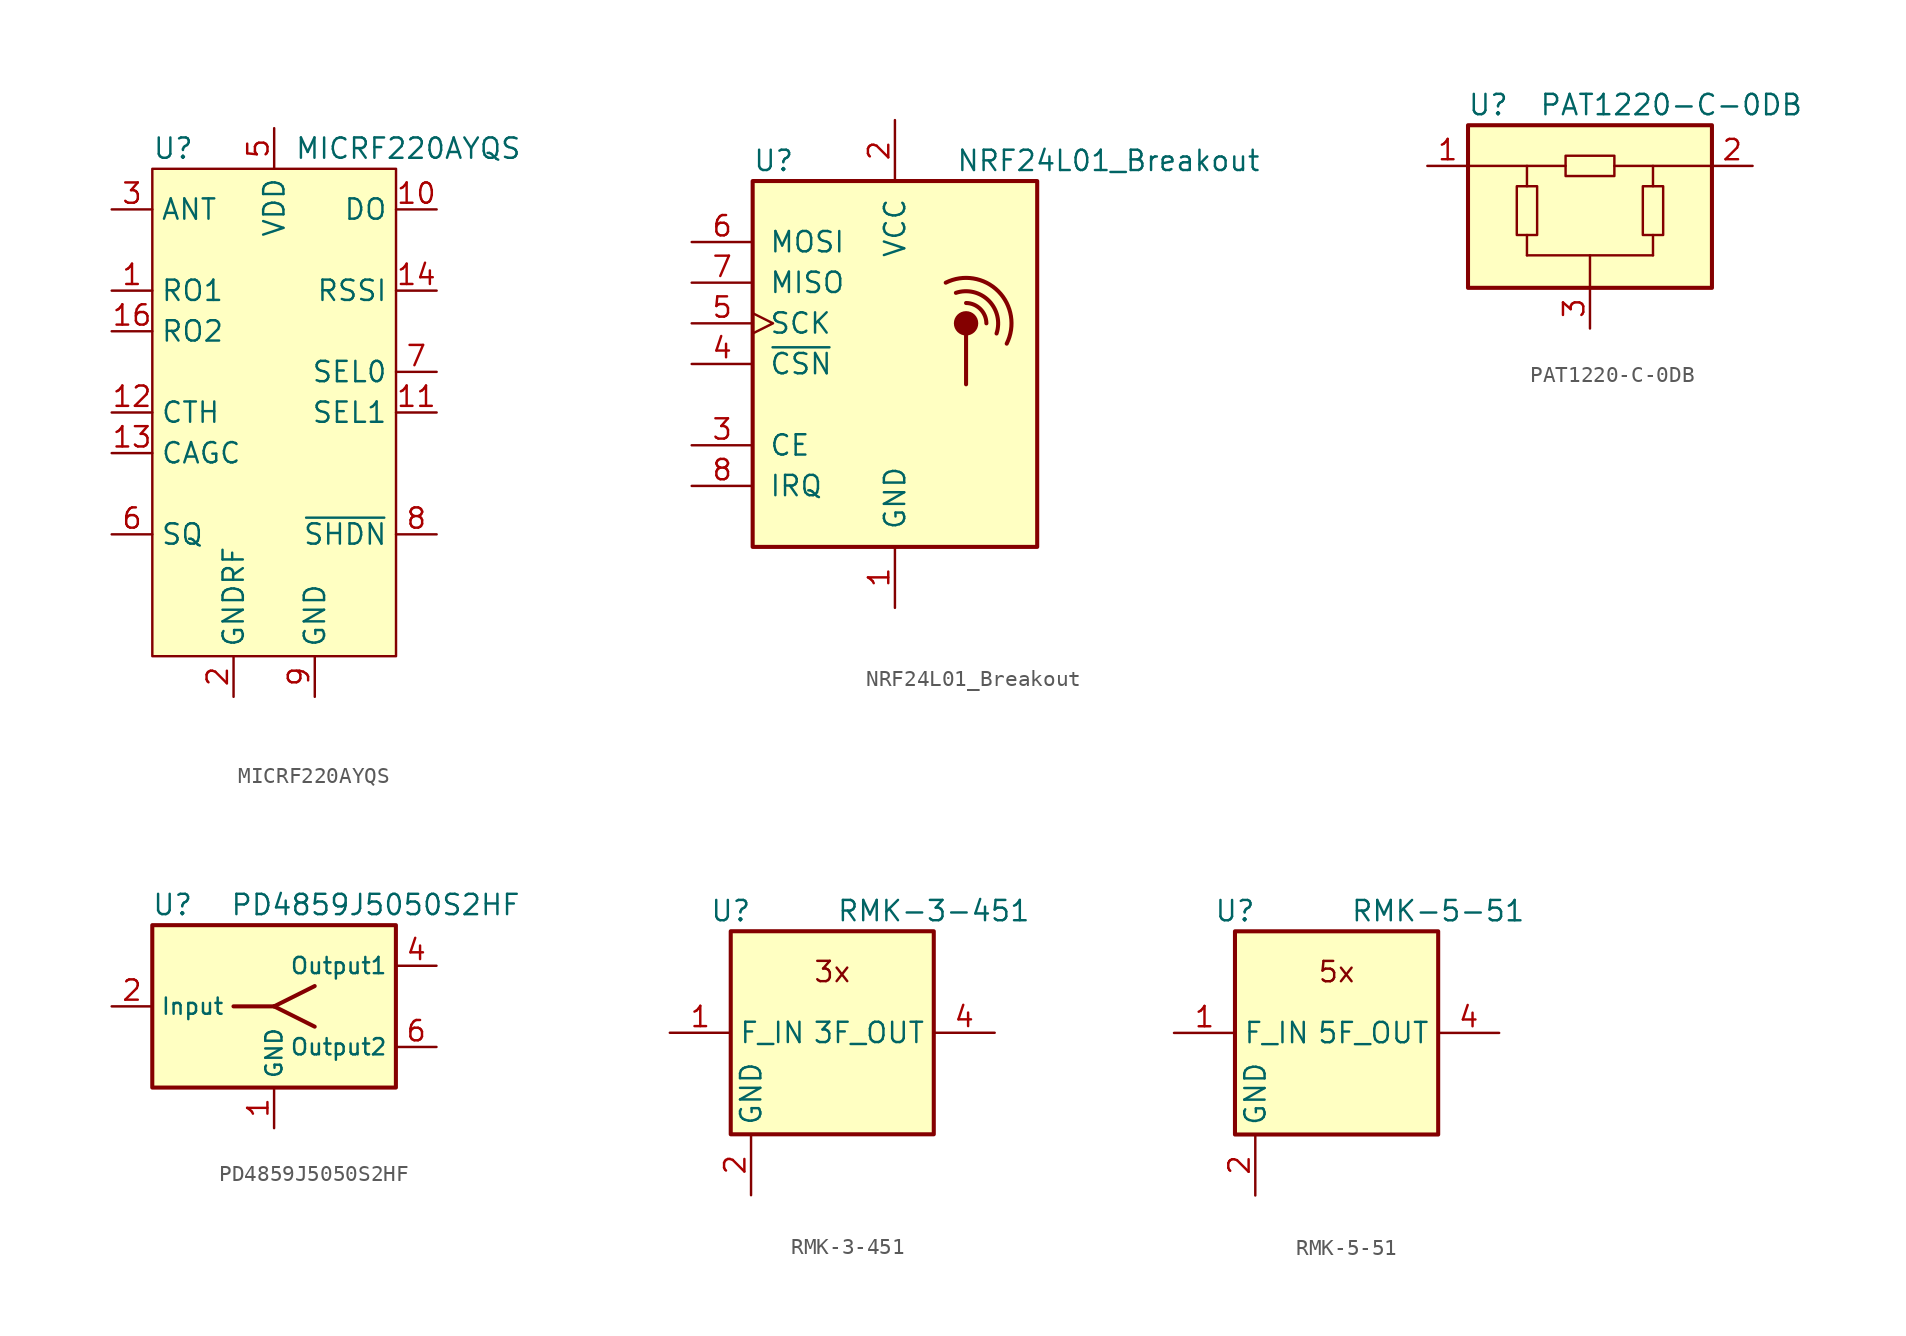
<source format=kicad_sym>
(kicad_symbol_lib
  (version 20201005)
  (generator kicad_symbol_editor)
  (symbol "RF:MICRF220AYQS"
    (property "Reference" "U"
      (at -7.62 16.51 0)
      (effects (font (size 1.27 1.27)) (justify left)))
    (property "Value" "MICRF220AYQS"
      (at 1.27 16.51 0)
      (effects (font (size 1.27 1.27)) (justify left)))
    (symbol "MICRF220AYQS_0_1"
      (polyline (pts (xy -7.62 15.24) (xy 7.62 15.24) (xy 7.62 -15.24) (xy -7.62 -15.24) (xy -7.62 15.24)) (stroke (width 0)) (fill (type background))))
    (symbol "MICRF220AYQS_1_1"
      (pin input line (at -10.16 7.62 0) (length 2.54) (name "RO1" (effects (font (size 1.27 1.27)))) (number "1" (effects (font (size 1.27 1.27)))))
      (pin output line (at 10.16 12.7 180) (length 2.54) (name "DO" (effects (font (size 1.27 1.27)))) (number "10" (effects (font (size 1.27 1.27)))))
      (pin input line (at 10.16 0 180) (length 2.54) (name "SEL1" (effects (font (size 1.27 1.27)))) (number "11" (effects (font (size 1.27 1.27)))))
      (pin input line (at -10.16 0 0) (length 2.54) (name "CTH" (effects (font (size 1.27 1.27)))) (number "12" (effects (font (size 1.27 1.27)))))
      (pin input line (at -10.16 -2.54 0) (length 2.54) (name "CAGC" (effects (font (size 1.27 1.27)))) (number "13" (effects (font (size 1.27 1.27)))))
      (pin output line (at 10.16 7.62 180) (length 2.54) (name "RSSI" (effects (font (size 1.27 1.27)))) (number "14" (effects (font (size 1.27 1.27)))))
      (pin no_connect line (at 7.62 -5.08 180) (length 2.54) hide (name "NC" (effects (font (size 1.27 1.27)))) (number "15" (effects (font (size 1.27 1.27)))))
      (pin output line (at -10.16 5.08 0) (length 2.54) (name "RO2" (effects (font (size 1.27 1.27)))) (number "16" (effects (font (size 1.27 1.27)))))
      (pin power_in line (at -2.54 -17.78 90) (length 2.54) (name "GNDRF" (effects (font (size 1.27 1.27)))) (number "2" (effects (font (size 1.27 1.27)))))
      (pin input line (at -10.16 12.7 0) (length 2.54) (name "ANT" (effects (font (size 1.27 1.27)))) (number "3" (effects (font (size 1.27 1.27)))))
      (pin passive line (at -2.54 -17.78 90) (length 2.54) hide (name "GNDRF" (effects (font (size 1.27 1.27)))) (number "4" (effects (font (size 1.27 1.27)))))
      (pin power_in line (at 0 17.78 270) (length 2.54) (name "VDD" (effects (font (size 1.27 1.27)))) (number "5" (effects (font (size 1.27 1.27)))))
      (pin input line (at -10.16 -7.62 0) (length 2.54) (name "SQ" (effects (font (size 1.27 1.27)))) (number "6" (effects (font (size 1.27 1.27)))))
      (pin input line (at 10.16 2.54 180) (length 2.54) (name "SEL0" (effects (font (size 1.27 1.27)))) (number "7" (effects (font (size 1.27 1.27)))))
      (pin input line (at 10.16 -7.62 180) (length 2.54) (name "~SHDN" (effects (font (size 1.27 1.27)))) (number "8" (effects (font (size 1.27 1.27)))))
      (pin power_in line (at 2.54 -17.78 90) (length 2.54) (name "GND" (effects (font (size 1.27 1.27)))) (number "9" (effects (font (size 1.27 1.27)))))))
  (symbol "RF:NRF24L01_Breakout"
    (pin_names
      (offset 1.016))
    (property "Reference" "U"
      (at -8.89 12.7 0)
      (effects (font (size 1.27 1.27)) (justify left)))
    (property "Value" "NRF24L01_Breakout"
      (at 3.81 12.7 0)
      (effects (font (size 1.27 1.27)) (justify left)))
    (symbol "NRF24L01_Breakout_0_1"
      (arc (start 3.175 5.08) (end 6.985 1.27) (radius (at 4.445 2.54) (length 2.8448) (angles 116.6 -26.6)) (stroke (width 0.254)) (fill (type none)))
      (arc (start 4.445 3.81) (end 5.715 2.54) (radius (at 4.445 2.5654) (length 1.2446) (angles 90 -1.1)) (stroke (width 0.254)) (fill (type none)))
      (arc (start 3.81 4.445) (end 6.35 1.905) (radius (at 4.445 2.5654) (length 1.9812) (angles 108.7 -19.1)) (stroke (width 0.254)) (fill (type none)))
      (circle (center 4.445 2.54) (radius 0.635) (stroke (width 0.254)) (fill (type outline)))
      (rectangle (start -8.89 11.43) (end 8.89 -11.43) (stroke (width 0.254)) (fill (type background)))
      (polyline (pts (xy 4.445 1.905) (xy 4.445 -1.27)) (stroke (width 0.254)) (fill (type none))))
    (symbol "NRF24L01_Breakout_1_1"
      (pin power_in line (at 0 -15.24 90) (length 3.81) (name "GND" (effects (font (size 1.27 1.27)))) (number "1" (effects (font (size 1.27 1.27)))))
      (pin power_in line (at 0 15.24 270) (length 3.81) (name "VCC" (effects (font (size 1.27 1.27)))) (number "2" (effects (font (size 1.27 1.27)))))
      (pin input line (at -12.7 -5.08 0) (length 3.81) (name "CE" (effects (font (size 1.27 1.27)))) (number "3" (effects (font (size 1.27 1.27)))))
      (pin input line (at -12.7 0 0) (length 3.81) (name "~CSN" (effects (font (size 1.27 1.27)))) (number "4" (effects (font (size 1.27 1.27)))))
      (pin input clock (at -12.7 2.54 0) (length 3.81) (name "SCK" (effects (font (size 1.27 1.27)))) (number "5" (effects (font (size 1.27 1.27)))))
      (pin input line (at -12.7 7.62 0) (length 3.81) (name "MOSI" (effects (font (size 1.27 1.27)))) (number "6" (effects (font (size 1.27 1.27)))))
      (pin output line (at -12.7 5.08 0) (length 3.81) (name "MISO" (effects (font (size 1.27 1.27)))) (number "7" (effects (font (size 1.27 1.27)))))
      (pin output line (at -12.7 -7.62 0) (length 3.81) (name "IRQ" (effects (font (size 1.27 1.27)))) (number "8" (effects (font (size 1.27 1.27)))))))
  (symbol "RF:PAT1220-C-0DB"
    (property "Reference" "U"
      (at -6.35 6.35 0)
      (effects (font (size 1.27 1.27))))
    (property "Value" "PAT1220-C-0DB"
      (at 5.08 6.35 0)
      (effects (font (size 1.27 1.27))))
    (symbol "PAT1220-C-0DB_0_1"
      (rectangle (start -7.62 5.08) (end 7.62 -5.08) (stroke (width 0.254)) (fill (type background)))
      (polyline (pts (xy -3.937 -3.048) (xy 3.937 -3.048)) (stroke (width 0)) (fill (type none)))
      (polyline (pts (xy -3.937 1.27) (xy -3.937 2.54)) (stroke (width 0)) (fill (type none)))
      (polyline (pts (xy -1.524 2.54) (xy -7.62 2.54)) (stroke (width 0)) (fill (type none)))
      (polyline (pts (xy 0 -5.08) (xy 0 -3.048)) (stroke (width 0)) (fill (type none)))
      (polyline (pts (xy 3.937 1.27) (xy 3.937 2.54)) (stroke (width 0)) (fill (type none)))
      (pin passive line (at 0 -7.62 90) (length 2.54) (name "~" (effects (font (size 1.27 1.27)))) (number "3" (effects (font (size 1.27 1.27))))))
    (symbol "PAT1220-C-0DB_1_1"
      (rectangle (start -4.572 -1.778) (end -3.302 1.27) (stroke (width 0)) (fill (type none)))
      (rectangle (start -1.524 3.175) (end 1.524 1.905) (stroke (width 0)) (fill (type none)))
      (rectangle (start 3.302 -1.778) (end 4.572 1.27) (stroke (width 0)) (fill (type none)))
      (polyline (pts (xy -3.937 -3.048) (xy -3.937 -1.778)) (stroke (width 0)) (fill (type none)))
      (polyline (pts (xy 3.937 -3.048) (xy 3.937 -1.778)) (stroke (width 0)) (fill (type none)))
      (polyline (pts (xy 7.62 2.54) (xy 1.524 2.54)) (stroke (width 0)) (fill (type none)))
      (pin passive line (at -10.16 2.54 0) (length 2.54) (name "~" (effects (font (size 1.27 1.27)))) (number "1" (effects (font (size 1.27 1.27)))))
      (pin passive line (at 10.16 2.54 180) (length 2.54) (name "~" (effects (font (size 1.27 1.27)))) (number "2" (effects (font (size 1.27 1.27)))))))
  (symbol "RF:PD4859J5050S2HF"
    (property "Reference" "U"
      (at -6.35 6.35 0)
      (effects (font (size 1.27 1.27))))
    (property "Value" "PD4859J5050S2HF"
      (at 6.35 6.35 0)
      (effects (font (size 1.27 1.27))))
    (symbol "PD4859J5050S2HF_0_1"
      (rectangle (start -7.62 5.08) (end 7.62 -5.08) (stroke (width 0.254)) (fill (type background)))
      (polyline (pts (xy -2.54 0) (xy 0 0)) (stroke (width 0.254)) (fill (type none)))
      (polyline (pts (xy 0 0) (xy 2.54 -1.27)) (stroke (width 0.254)) (fill (type none)))
      (polyline (pts (xy 0 0) (xy 2.54 1.27)) (stroke (width 0.254)) (fill (type none))))
    (symbol "PD4859J5050S2HF_1_1"
      (pin power_in line (at 0 -7.62 90) (length 2.54) (name "GND" (effects (font (size 1.016 1.016)))) (number "1" (effects (font (size 1.27 1.27)))))
      (pin input line (at -10.16 0 0) (length 2.54) (name "Input" (effects (font (size 1.016 1.016)))) (number "2" (effects (font (size 1.27 1.27)))))
      (pin passive line (at 0 -7.62 90) (length 2.54) hide (name "GND" (effects (font (size 1.016 1.016)))) (number "3" (effects (font (size 1.27 1.27)))))
      (pin output line (at 10.16 2.54 180) (length 2.54) (name "Output1" (effects (font (size 1.016 1.016)))) (number "4" (effects (font (size 1.27 1.27)))))
      (pin passive line (at 0 -7.62 90) (length 2.54) hide (name "GND" (effects (font (size 1.016 1.016)))) (number "5" (effects (font (size 1.27 1.27)))))
      (pin output line (at 10.16 -2.54 180) (length 2.54) (name "Output2" (effects (font (size 1.016 1.016)))) (number "6" (effects (font (size 1.27 1.27)))))))
  (symbol "RF:RMK-3-451"
    (property "Reference" "U"
      (at -6.35 7.62 0)
      (effects (font (size 1.27 1.27))))
    (property "Value" "RMK-3-451"
      (at 6.35 7.62 0)
      (effects (font (size 1.27 1.27))))
    (symbol "RMK-3-451_0_0"
      (text "3x" (at 0 3.81 0) (effects (font (size 1.27 1.27)))))
    (symbol "RMK-3-451_0_1"
      (rectangle (start -6.35 6.35) (end 6.35 -6.35) (stroke (width 0.254)) (fill (type background))))
    (symbol "RMK-3-451_1_1"
      (pin input line (at -10.16 0 0) (length 3.81) (name "F_IN" (effects (font (size 1.27 1.27)))) (number "1" (effects (font (size 1.27 1.27)))))
      (pin power_in line (at -5.08 -10.16 90) (length 3.81) (name "GND" (effects (font (size 1.27 1.27)))) (number "2" (effects (font (size 1.27 1.27)))))
      (pin passive line (at -5.08 -10.16 90) (length 3.81) hide (name "GND" (effects (font (size 1.27 1.27)))) (number "3" (effects (font (size 1.27 1.27)))))
      (pin output line (at 10.16 0 180) (length 3.81) (name "3F_OUT" (effects (font (size 1.27 1.27)))) (number "4" (effects (font (size 1.27 1.27)))))
      (pin passive line (at -5.08 -10.16 90) (length 3.81) hide (name "GND" (effects (font (size 1.27 1.27)))) (number "5" (effects (font (size 1.27 1.27)))))
      (pin passive line (at -5.08 -10.16 90) (length 3.81) hide (name "GND" (effects (font (size 1.27 1.27)))) (number "6" (effects (font (size 1.27 1.27)))))))
  (symbol "RF:RMK-5-51"
    (property "Reference" "U"
      (at -6.35 7.62 0)
      (effects (font (size 1.27 1.27))))
    (property "Value" "RMK-5-51"
      (at 6.35 7.62 0)
      (effects (font (size 1.27 1.27))))
    (symbol "RMK-5-51_0_0"
      (text "5x" (at 0 3.81 0) (effects (font (size 1.27 1.27)))))
    (symbol "RMK-5-51_0_1"
      (rectangle (start -6.35 6.35) (end 6.35 -6.35) (stroke (width 0.254)) (fill (type background))))
    (symbol "RMK-5-51_1_1"
      (pin input line (at -10.16 0 0) (length 3.81) (name "F_IN" (effects (font (size 1.27 1.27)))) (number "1" (effects (font (size 1.27 1.27)))))
      (pin power_in line (at -5.08 -10.16 90) (length 3.81) (name "GND" (effects (font (size 1.27 1.27)))) (number "2" (effects (font (size 1.27 1.27)))))
      (pin passive line (at -5.08 -10.16 90) (length 3.81) hide (name "GND" (effects (font (size 1.27 1.27)))) (number "3" (effects (font (size 1.27 1.27)))))
      (pin output line (at 10.16 0 180) (length 3.81) (name "5F_OUT" (effects (font (size 1.27 1.27)))) (number "4" (effects (font (size 1.27 1.27)))))
      (pin passive line (at -5.08 -10.16 90) (length 3.81) hide (name "GND" (effects (font (size 1.27 1.27)))) (number "5" (effects (font (size 1.27 1.27)))))
      (pin passive line (at -5.08 -10.16 90) (length 3.81) hide (name "GND" (effects (font (size 1.27 1.27)))) (number "6" (effects (font (size 1.27 1.27))))))))
</source>
